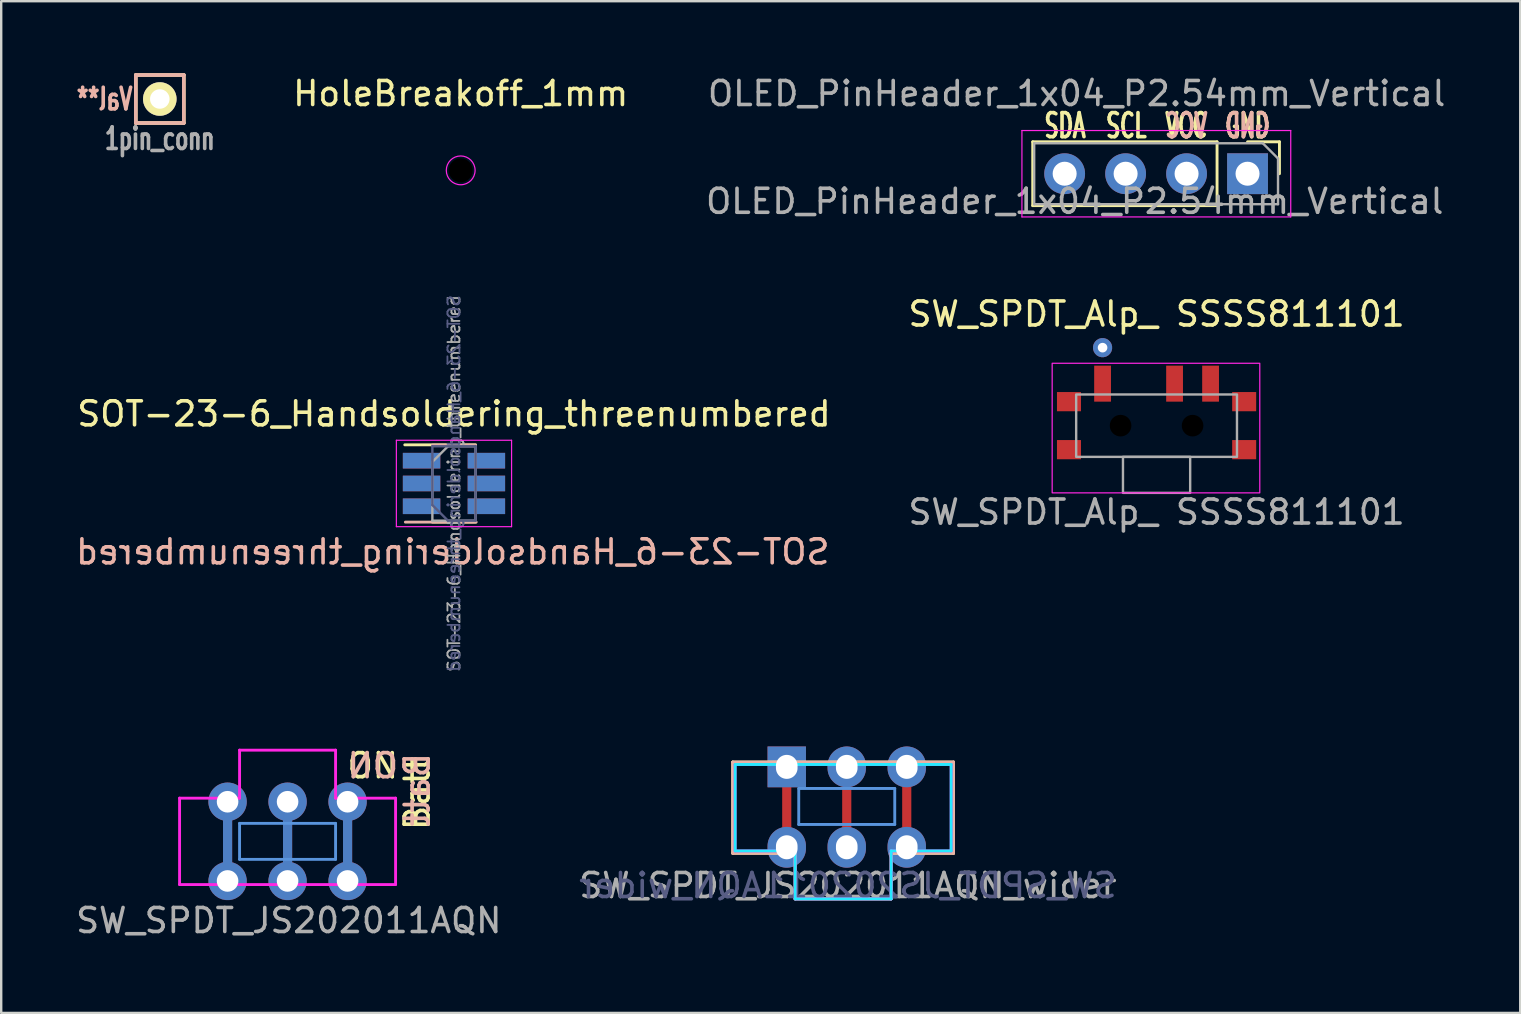
<source format=kicad_pcb>
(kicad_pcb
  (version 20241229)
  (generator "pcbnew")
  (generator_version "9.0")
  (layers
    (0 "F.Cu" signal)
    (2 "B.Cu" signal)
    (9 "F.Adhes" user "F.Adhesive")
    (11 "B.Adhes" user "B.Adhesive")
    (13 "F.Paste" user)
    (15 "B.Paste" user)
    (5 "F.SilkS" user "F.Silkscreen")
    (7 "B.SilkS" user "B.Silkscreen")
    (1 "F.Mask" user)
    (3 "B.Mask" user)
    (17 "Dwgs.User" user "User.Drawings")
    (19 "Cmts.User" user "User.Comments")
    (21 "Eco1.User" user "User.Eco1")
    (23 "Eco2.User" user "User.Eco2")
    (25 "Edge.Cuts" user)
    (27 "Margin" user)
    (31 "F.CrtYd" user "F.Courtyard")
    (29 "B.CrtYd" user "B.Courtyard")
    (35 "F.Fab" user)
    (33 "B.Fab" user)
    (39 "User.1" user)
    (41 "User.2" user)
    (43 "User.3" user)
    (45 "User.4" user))
  (footprint "SW_SPDT_Alp_ SSSS811101"
    (layer "F.Cu")
    (at 45.139 14.685)
    (property "Reference" "SW_SPDT_Alp_ SSSS811101" (at 0 -4.65 0) (unlocked yes) (layer "F.SilkS") (effects (font (size 1 1) (thickness 0.15))))
    (attr smd)
    (fp_rect (start 4.3 2.8) (end -4.35 -2.6) (stroke (width 0.05) (type solid)) (fill no) (layer "F.CrtYd"))
    (fp_rect (start 1.4 1.3) (end -1.4 2.8) (stroke (width 0.1) (type solid)) (fill no) (layer "F.Fab"))
    (fp_rect (start 3.35 -1.3) (end -3.35 1.3) (stroke (width 0.1) (type solid)) (fill no) (layer "F.Fab"))
    (fp_text user "${REFERENCE}" (at 0 3.6 0) (unlocked yes) (layer "F.Fab") (effects (font (size 1 1) (thickness 0.15))))
    (pad "" smd rect (at -3.65 -1) (size 1 0.8) (layers "F.Cu" "F.Mask" "F.Paste"))
    (pad "" smd rect (at -3.65 1) (size 1 0.8) (layers "F.Cu" "F.Mask" "F.Paste"))
    (pad "" np_thru_hole circle (at -1.5 0) (size 0.9 0.9) (drill 0.9) (layers "*.Mask"))
    (pad "" np_thru_hole circle (at 1.5 0) (size 0.9 0.9) (drill 0.9) (layers "*.Mask"))
    (pad "" smd rect (at 3.65 -1) (size 1 0.8) (layers "F.Cu" "F.Mask" "F.Paste"))
    (pad "" smd rect (at 3.65 1) (size 1 0.8) (layers "F.Cu" "F.Mask" "F.Paste"))
    (pad "1" thru_hole custom (at -2.25 -3.25) (size 0.8 0.8) (drill 0.4) (layers "*.Cu" "*.Mask") (options (anchor circle)) (primitives))
    (pad "1" smd rect (at -2.25 -1.75) (size 0.7 1.5) (layers "F.Cu" "F.Mask" "F.Paste"))
    (pad "2" smd rect (at 0.75 -1.75) (size 0.7 1.5) (layers "F.Cu" "F.Mask" "F.Paste"))
    (pad "3" smd rect (at 2.25 -1.75) (size 0.7 1.5) (layers "F.Cu" "F.Mask" "F.Paste")))
  (footprint "SOT-23-6_Handsoldering_threenumbered"
    (layer "F.Cu")
    (at 15.865 17.094)
    (property "Reference" "SOT-23-6_Handsoldering_threenumbered" (at -0.05 2.85 0) (layer "B.SilkS") (effects (font (size 1 1) (thickness 0.15)) (justify mirror)))
    (attr smd)
    (fp_line (start -0.9 1.61) (end 0.9 1.61) (stroke (width 0.12) (type solid)) (layer "F.SilkS"))
    (fp_line (start 0.9 -1.61) (end -2.05 -1.61) (stroke (width 0.12) (type solid)) (layer "F.SilkS"))
    (fp_line (start -2.025 1.61) (end 0.925 1.61) (stroke (width 0.12) (type solid)) (layer "B.SilkS"))
    (fp_line (start -0.9 -1.6) (end 0.9 -1.6) (stroke (width 0.12) (type solid)) (layer "B.SilkS"))
    (fp_line (start -2.4 -1.8) (end 2.4 -1.8) (stroke (width 0.05) (type solid)) (layer "F.CrtYd"))
    (fp_line (start -2.4 1.8) (end -2.4 -1.8) (stroke (width 0.05) (type solid)) (layer "F.CrtYd"))
    (fp_line (start 2.4 -1.8) (end 2.4 1.8) (stroke (width 0.05) (type solid)) (layer "F.CrtYd"))
    (fp_line (start 2.4 1.8) (end -2.4 1.8) (stroke (width 0.05) (type solid)) (layer "F.CrtYd"))
    (fp_line (start -0.9 0.9) (end -0.9 -1.55) (stroke (width 0.1) (type solid)) (layer "B.Fab"))
    (fp_line (start -0.9 0.9) (end -0.25 1.55) (stroke (width 0.1) (type solid)) (layer "B.Fab"))
    (fp_line (start 0.9 -1.55) (end -0.9 -1.55) (stroke (width 0.1) (type solid)) (layer "B.Fab"))
    (fp_line (start 0.9 1.55) (end -0.25 1.55) (stroke (width 0.1) (type solid)) (layer "B.Fab"))
    (fp_line (start 0.9 1.55) (end 0.9 -1.55) (stroke (width 0.1) (type solid)) (layer "B.Fab"))
    (fp_line (start -0.9 -0.9) (end -0.9 1.55) (stroke (width 0.1) (type solid)) (layer "F.Fab"))
    (fp_line (start -0.9 -0.9) (end -0.25 -1.55) (stroke (width 0.1) (type solid)) (layer "F.Fab"))
    (fp_line (start 0.9 -1.55) (end -0.25 -1.55) (stroke (width 0.1) (type solid)) (layer "F.Fab"))
    (fp_line (start 0.9 -1.55) (end 0.9 1.55) (stroke (width 0.1) (type solid)) (layer "F.Fab"))
    (fp_line (start 0.9 1.55) (end -0.9 1.55) (stroke (width 0.1) (type solid)) (layer "F.Fab"))
    (fp_text user "${REFERENCE}" (at 0 -2.9 0) (layer "F.SilkS") (effects (font (size 1 1) (thickness 0.15))))
    (fp_text user "${REFERENCE}" (at 0 0 90) (layer "B.Fab") (effects (font (size 0.5 0.5) (thickness 0.075)) (justify mirror)))
    (fp_text user "${REFERENCE}" (at 0 0 90) (layer "F.Fab") (effects (font (size 0.5 0.5) (thickness 0.075))))
    (pad "" smd rect (at -1.35 -0.95) (size 1.56 0.65) (layers "F.Cu" "F.Mask" "F.Paste"))
    (pad "" smd rect (at -1.35 -0.95) (size 1.56 0.65) (layers "B.Cu" "B.Mask" "B.Paste"))
    (pad "" smd rect (at -1.35 0.95) (size 1.56 0.65) (layers "F.Cu" "F.Mask" "F.Paste"))
    (pad "" smd rect (at -1.35 0.95) (size 1.56 0.65) (layers "B.Cu" "B.Mask" "B.Paste"))
    (pad "" smd rect (at 1.35 -0.95) (size 1.56 0.65) (layers "B.Cu" "B.Mask" "B.Paste"))
    (pad "" smd rect (at 1.35 0.95) (size 1.56 0.65) (layers "F.Cu" "F.Mask" "F.Paste"))
    (pad "2" smd rect (at -1.35 0) (size 1.56 0.65) (layers "F.Cu" "F.Mask" "F.Paste"))
    (pad "2" smd rect (at -1.35 0) (size 1.56 0.65) (layers "B.Cu" "B.Mask" "B.Paste"))
    (pad "5" smd rect (at 1.35 0) (size 1.56 0.65) (layers "F.Cu" "F.Mask" "F.Paste"))
    (pad "5" smd rect (at 1.35 0) (size 1.56 0.65) (layers "B.Cu" "B.Mask" "B.Paste"))
    (pad "6" smd rect (at 1.35 -0.95) (size 1.56 0.65) (layers "F.Cu" "F.Mask" "F.Paste"))
    (pad "6" smd rect (at 1.35 0.95) (size 1.56 0.65) (layers "B.Cu" "B.Mask" "B.Paste")))
  (footprint "OLED_PinHeader_1x04_P2.54mm_Vertical"
    (layer "F.Cu")
    (at 43.879 4.188)
    (property "Reference" "OLED_PinHeader_1x04_P2.54mm_Vertical" (at -2.15 1.15 180) (layer "F.Fab") (effects (font (size 1 1) (thickness 0.15))))
    (attr through_hole exclude_from_pos_files exclude_from_bom)
    (fp_line (start -3.9 -1.33) (end -3.9 1.33) (stroke (width 0.12) (type solid)) (layer "F.SilkS"))
    (fp_line (start 3.78 -1.33) (end -3.9 -1.33) (stroke (width 0.12) (type solid)) (layer "F.SilkS"))
    (fp_line (start 3.78 -1.33) (end 3.78 1.33) (stroke (width 0.12) (type solid)) (layer "F.SilkS"))
    (fp_line (start 3.78 1.33) (end -3.9 1.33) (stroke (width 0.12) (type solid)) (layer "F.SilkS"))
    (fp_line (start 5.05 -1.33) (end 6.38 -1.33) (stroke (width 0.12) (type solid)) (layer "F.SilkS"))
    (fp_line (start 6.38 -1.33) (end 6.38 0) (stroke (width 0.12) (type solid)) (layer "F.SilkS"))
    (fp_line (start -4.35 -1.8) (end -4.35 1.8) (stroke (width 0.05) (type solid)) (layer "F.CrtYd"))
    (fp_line (start -4.35 1.8) (end 6.85 1.8) (stroke (width 0.05) (type solid)) (layer "F.CrtYd"))
    (fp_line (start 6.85 -1.8) (end -4.35 -1.8) (stroke (width 0.05) (type solid)) (layer "F.CrtYd"))
    (fp_line (start 6.85 1.8) (end 6.85 -1.8) (stroke (width 0.05) (type solid)) (layer "F.CrtYd"))
    (fp_line (start -3.84 -1.27) (end 5.685 -1.27) (stroke (width 0.1) (type solid)) (layer "F.Fab"))
    (fp_line (start -3.84 1.27) (end -3.84 -1.27) (stroke (width 0.1) (type solid)) (layer "F.Fab"))
    (fp_line (start 5.685 -1.27) (end 6.32 -0.635) (stroke (width 0.1) (type solid)) (layer "F.Fab"))
    (fp_line (start 6.32 -0.635) (end 6.32 1.27) (stroke (width 0.1) (type solid)) (layer "F.Fab"))
    (fp_line (start 6.32 1.27) (end -3.84 1.27) (stroke (width 0.1) (type solid)) (layer "F.Fab"))
    (fp_text user "SDA" (at -2.55 -2 0) (unlocked yes) (layer "F.SilkS") (effects (font (size 1 0.6) (thickness 0.15))))
    (fp_text user "SCL" (at 0 -2 0) (unlocked yes) (layer "F.SilkS") (effects (font (size 1 0.6) (thickness 0.15))))
    (fp_text user "GND" (at 5.05 -2 0) (unlocked yes) (layer "F.SilkS") (effects (font (size 1 0.6) (thickness 0.15))))
    (fp_text user "VCC" (at 2.5 -2 0) (unlocked yes) (layer "F.SilkS") (effects (font (size 1 0.6) (thickness 0.15))))
    (fp_text user "GND" (at 5.05 -2 0) (unlocked yes) (layer "B.SilkS") (effects (font (size 1 0.6) (thickness 0.15)) (justify mirror)))
    (fp_text user "VCC" (at 2.5 -2 0) (unlocked yes) (layer "B.SilkS") (effects (font (size 1 0.6) (thickness 0.15)) (justify mirror)))
    (fp_text user "${REFERENCE}" (at -2.07 -3.34 0) (layer "F.Fab") (effects (font (size 1 1) (thickness 0.15))))
    (pad "1" thru_hole rect (at 5.05 0 270) (size 1.7 1.7) (drill 1) (layers "*.Cu" "*.Mask"))
    (pad "2" thru_hole oval (at 2.51 0 270) (size 1.7 1.7) (drill 1) (layers "*.Cu" "*.Mask"))
    (pad "3" thru_hole oval (at -0.03 0 270) (size 1.7 1.7) (drill 1) (layers "*.Cu" "*.Mask"))
    (pad "4" thru_hole oval (at -2.57 0 270) (size 1.7 1.7) (drill 1) (layers "*.Cu" "*.Mask")))
  (footprint "HoleBreakoff_1mm"
    (layer "F.Cu")
    (at 16.145 4.048)
    (property "Reference" "HoleBreakoff_1mm" (at 0 -3.2 0) (layer "F.SilkS") (effects (font (size 1 1) (thickness 0.15))))
    (attr exclude_from_pos_files exclude_from_bom)
    (fp_circle (center 0 0) (end 0.6 0) (stroke (width 0.05) (type solid)) (fill no) (layer "F.CrtYd"))
    (pad "" np_thru_hole circle (at 0 0) (size 1 1) (drill 1) (layers "*.Mask")))
  (footprint "SW_SPDT_JS202011AQN_wider"
    (layer "F.Cu")
    (at 32.23 30.572)
    (property "Reference" "SW_SPDT_JS202011AQN_wider" (at 0.05 3.275 0) (layer "F.Fab") (effects (font (size 1 1) (thickness 0.15))))
    (attr through_hole)
    (fp_line (start -4.75 -1.87) (end 4.45 -1.87) (stroke (width 0.12) (type solid)) (layer "F.SilkS"))
    (fp_line (start -4.75 1.93) (end -4.75 -1.87) (stroke (width 0.12) (type solid)) (layer "F.SilkS"))
    (fp_line (start -2.15 1.93) (end -4.75 1.93) (stroke (width 0.12) (type solid)) (layer "F.SilkS"))
    (fp_line (start -2.15 3.83) (end -2.15 1.93) (stroke (width 0.12) (type solid)) (layer "F.SilkS"))
    (fp_line (start 1.85 1.93) (end 1.85 3.83) (stroke (width 0.12) (type solid)) (layer "F.SilkS"))
    (fp_line (start 1.85 3.83) (end -2.15 3.83) (stroke (width 0.12) (type solid)) (layer "F.SilkS"))
    (fp_line (start 4.45 -1.87) (end 4.45 1.93) (stroke (width 0.12) (type solid)) (layer "F.SilkS"))
    (fp_line (start 4.45 1.93) (end 1.85 1.93) (stroke (width 0.12) (type solid)) (layer "F.SilkS"))
    (fp_line (start -4.75 -1.87) (end -4.75 1.93) (stroke (width 0.12) (type solid)) (layer "B.SilkS"))
    (fp_line (start -4.75 1.93) (end -2.15 1.93) (stroke (width 0.12) (type solid)) (layer "B.SilkS"))
    (fp_line (start -2.15 1.93) (end -2.15 3.83) (stroke (width 0.12) (type solid)) (layer "B.SilkS"))
    (fp_line (start -2.15 3.83) (end 1.85 3.83) (stroke (width 0.12) (type solid)) (layer "B.SilkS"))
    (fp_line (start 1.85 1.93) (end 4.45 1.93) (stroke (width 0.12) (type solid)) (layer "B.SilkS"))
    (fp_line (start 1.85 3.83) (end 1.85 1.93) (stroke (width 0.12) (type solid)) (layer "B.SilkS"))
    (fp_line (start 4.45 -1.87) (end -4.75 -1.87) (stroke (width 0.12) (type solid)) (layer "B.SilkS"))
    (fp_line (start 4.45 1.93) (end 4.45 -1.87) (stroke (width 0.12) (type solid)) (layer "B.SilkS"))
    (fp_line (start -2 -0.77) (end -2 0.73) (stroke (width 0.12) (type solid)) (layer "Cmts.User"))
    (fp_line (start -2 0.73) (end 2 0.73) (stroke (width 0.12) (type solid)) (layer "Cmts.User"))
    (fp_line (start 2 -0.77) (end -2 -0.77) (stroke (width 0.12) (type solid)) (layer "Cmts.User"))
    (fp_line (start 2 0.73) (end 2 -0.77) (stroke (width 0.12) (type solid)) (layer "Cmts.User"))
    (fp_line (start -4.65 -1.77) (end -4.65 1.83) (stroke (width 0.12) (type solid)) (layer "B.CrtYd"))
    (fp_line (start -4.65 1.83) (end -2.15 1.83) (stroke (width 0.12) (type solid)) (layer "B.CrtYd"))
    (fp_line (start -2.15 1.83) (end -2.15 3.83) (stroke (width 0.12) (type solid)) (layer "B.CrtYd"))
    (fp_line (start -2.15 3.83) (end 1.85 3.83) (stroke (width 0.12) (type solid)) (layer "B.CrtYd"))
    (fp_line (start 1.85 1.83) (end 4.35 1.83) (stroke (width 0.12) (type solid)) (layer "B.CrtYd"))
    (fp_line (start 1.85 3.83) (end 1.85 1.83) (stroke (width 0.12) (type solid)) (layer "B.CrtYd"))
    (fp_line (start 4.35 -1.77) (end -4.65 -1.77) (stroke (width 0.12) (type solid)) (layer "B.CrtYd"))
    (fp_line (start 4.35 1.83) (end 4.35 -1.77) (stroke (width 0.12) (type solid)) (layer "B.CrtYd"))
    (fp_line (start -4.65 -1.77) (end 4.35 -1.77) (stroke (width 0.12) (type solid)) (layer "F.CrtYd"))
    (fp_line (start -4.65 1.83) (end -4.65 -1.77) (stroke (width 0.12) (type solid)) (layer "F.CrtYd"))
    (fp_line (start -2.15 1.83) (end -4.65 1.83) (stroke (width 0.12) (type solid)) (layer "F.CrtYd"))
    (fp_line (start -2.15 3.83) (end -2.15 1.83) (stroke (width 0.12) (type solid)) (layer "F.CrtYd"))
    (fp_line (start 1.85 1.83) (end 1.85 3.83) (stroke (width 0.12) (type solid)) (layer "F.CrtYd"))
    (fp_line (start 1.85 3.83) (end -2.15 3.83) (stroke (width 0.12) (type solid)) (layer "F.CrtYd"))
    (fp_line (start 4.35 -1.77) (end 4.35 1.83) (stroke (width 0.12) (type solid)) (layer "F.CrtYd"))
    (fp_line (start 4.35 1.83) (end 1.85 1.83) (stroke (width 0.12) (type solid)) (layer "F.CrtYd"))
    (fp_text user "${REFERENCE}" (at 0.05 3.275 0) (layer "B.Fab") (effects (font (size 1 1) (thickness 0.15)) (justify mirror)))
    (pad "" smd rect (at -2.5 -1.67) (size 1.7 1.8) (layers "B.Adhes"))
    (pad "" smd oval (at -2.5 1.68) (size 1.7 1.8) (layers "B.Adhes"))
    (pad "" smd oval (at 0 -1.67) (size 1.7 1.8) (layers "B.Adhes"))
    (pad "" smd oval (at 0 1.68) (size 1.7 1.8) (layers "B.Adhes"))
    (pad "" smd oval (at 2.5 -1.67) (size 1.7 1.8) (layers "B.Adhes"))
    (pad "" smd oval (at 2.5 1.68) (size 1.7 1.8) (layers "B.Adhes"))
    (pad "1" thru_hole rect (at -2.5 -1.67) (size 1.6 1.7) (drill oval 0.9 1) (layers "*.Cu" "*.Mask"))
    (pad "1" connect custom (at -2.5 1.68) (size 1 1) (layers "F.Cu") (options (anchor circle)) (primitives (gr_line (start 0 -3.35) (end 0 0) (width 0.381))))
    (pad "1" thru_hole oval (at -2.5 1.68) (size 1.6 1.7) (drill oval 0.9 1) (layers "*.Cu" "*.Mask"))
    (pad "2" thru_hole oval (at 0 -1.67) (size 1.6 1.7) (drill oval 0.9 1) (layers "*.Cu" "*.Mask"))
    (pad "2" connect custom (at 0 1.68) (size 1 1) (layers "F.Cu") (options (anchor circle)) (primitives (gr_line (start 0 -3.35) (end 0 0) (width 0.381))))
    (pad "2" thru_hole oval (at 0 1.68) (size 1.6 1.7) (drill oval 0.9 1) (layers "*.Cu" "*.Mask"))
    (pad "3" thru_hole oval (at 2.5 -1.67) (size 1.6 1.7) (drill oval 0.9 1) (layers "*.Cu" "*.Mask"))
    (pad "3" connect custom (at 2.5 1.68) (size 1 1) (layers "F.Cu") (options (anchor circle)) (primitives (gr_line (start 0 -3.35) (end 0 0) (width 0.381))))
    (pad "3" thru_hole oval (at 2.5 1.68) (size 1.6 1.7) (drill oval 0.9 1) (layers "*.Cu" "*.Mask")))
  (footprint "SW_SPDT_JS202011AQN"
    (layer "F.Cu")
    (at 8.932 32.005)
    (property "Reference" "SW_SPDT_JS202011AQN" (at 0.05 3.3 0) (layer "F.Fab") (effects (font (size 1 1) (thickness 0.15))))
    (attr through_hole)
    (fp_line (start -2 -0.75) (end -2 0.75) (stroke (width 0.12) (type solid)) (layer "Cmts.User"))
    (fp_line (start -2 0.75) (end 2 0.75) (stroke (width 0.12) (type solid)) (layer "Cmts.User"))
    (fp_line (start 2 -0.75) (end -2 -0.75) (stroke (width 0.12) (type solid)) (layer "Cmts.User"))
    (fp_line (start 2 0.75) (end 2 -0.75) (stroke (width 0.12) (type solid)) (layer "Cmts.User"))
    (fp_line (start -4.5 -1.8) (end -2 -1.8) (stroke (width 0.12) (type solid)) (layer "F.CrtYd"))
    (fp_line (start -4.5 1.8) (end -4.5 -1.8) (stroke (width 0.12) (type solid)) (layer "F.CrtYd"))
    (fp_line (start -2 -3.8) (end 2 -3.8) (stroke (width 0.12) (type solid)) (layer "F.CrtYd"))
    (fp_line (start -2 -1.8) (end -2 -3.8) (stroke (width 0.12) (type solid)) (layer "F.CrtYd"))
    (fp_line (start 2 -3.8) (end 2 -1.8) (stroke (width 0.12) (type solid)) (layer "F.CrtYd"))
    (fp_line (start 2 -1.8) (end 4.5 -1.8) (stroke (width 0.12) (type solid)) (layer "F.CrtYd"))
    (fp_line (start 4.5 -1.8) (end 4.5 1.8) (stroke (width 0.12) (type solid)) (layer "F.CrtYd"))
    (fp_line (start 4.5 1.8) (end -4.5 1.8) (stroke (width 0.12) (type solid)) (layer "F.CrtYd"))
    (fp_text user "Batt" (at 5.4 -2 270) (layer "F.SilkS") (effects (font (size 1 1) (thickness 0.15))))
    (fp_text user "ON" (at 3.55 -3.15 0) (layer "F.SilkS") (effects (font (size 1 1) (thickness 0.153))))
    (fp_text user "Batt" (at 5.4 -2.15 90) (layer "B.SilkS") (effects (font (size 1 1) (thickness 0.153)) (justify mirror)))
    (fp_text user "ON" (at 3.55 -3.15 0) (layer "B.SilkS") (effects (font (size 1 1) (thickness 0.153)) (justify mirror)))
    (pad "1" thru_hole circle (at -2.5 -1.65) (size 1.6 1.6) (drill 0.9) (layers "*.Cu" "*.Mask"))
    (pad "1" thru_hole custom (at -2.5 1.65) (size 1.6 1.6) (drill 0.9) (layers "*.Cu" "*.Mask") (options (anchor circle)) (primitives (gr_line (start 0 0) (end 0 -3.3) (width 0.381))))
    (pad "2" thru_hole circle (at 0 -1.65) (size 1.6 1.6) (drill 0.9) (layers "*.Cu" "*.Mask"))
    (pad "2" thru_hole custom (at 0 1.65) (size 1.6 1.6) (drill 0.9) (layers "*.Cu" "*.Mask") (options (anchor circle)) (primitives (gr_line (start 0 0) (end 0 -3.3) (width 0.381))))
    (pad "3" thru_hole circle (at 2.5 -1.65) (size 1.6 1.6) (drill 0.9) (layers "*.Cu" "*.Mask"))
    (pad "3" thru_hole custom (at 2.5 1.65) (size 1.6 1.6) (drill 0.9) (layers "*.Cu" "*.Mask") (options (anchor circle)) (primitives (gr_line (start 0 0) (end 0 -3.3) (width 0.381)))))
  (footprint "1pin_conn"
    (layer "F.Cu")
    (at 3.608 1.075)
    (property "Reference" "1pin_conn" (at 0 1.651 0) (layer "F.Fab") (effects (font (size 0.9 0.6) (thickness 0.153))))
    (attr through_hole)
    (fp_line (start -1 -1) (end -1 1) (stroke (width 0.15) (type solid)) (layer "F.SilkS"))
    (fp_line (start -1 1) (end 1 1) (stroke (width 0.15) (type solid)) (layer "F.SilkS"))
    (fp_line (start 1 -1) (end -1 -1) (stroke (width 0.15) (type solid)) (layer "F.SilkS"))
    (fp_line (start 1 1) (end 1 -1) (stroke (width 0.15) (type solid)) (layer "F.SilkS"))
    (fp_line (start -1 -1) (end 1 -1) (stroke (width 0.15) (type solid)) (layer "B.SilkS"))
    (fp_line (start -1 1) (end -1 -1) (stroke (width 0.15) (type solid)) (layer "B.SilkS"))
    (fp_line (start 1 -1) (end 1 1) (stroke (width 0.15) (type solid)) (layer "B.SilkS"))
    (fp_line (start 1 1) (end -1 1) (stroke (width 0.15) (type solid)) (layer "B.SilkS"))
    (fp_text user "Val**" (at -2.3 0 0) (layer "B.SilkS") (effects (font (size 0.9 0.6) (thickness 0.15)) (justify mirror)))
    (pad "1" thru_hole circle (at 0 0) (size 1.397 1.397) (drill 0.813) (layers "*.Cu" "*.Mask" "F.SilkS")))
  (gr_rect
    (start -3 -3)
    (end 60.291 39.154)
    (stroke (width 0.1) (type default))
    (fill no)
    (layer "Edge.Cuts")))
</source>
